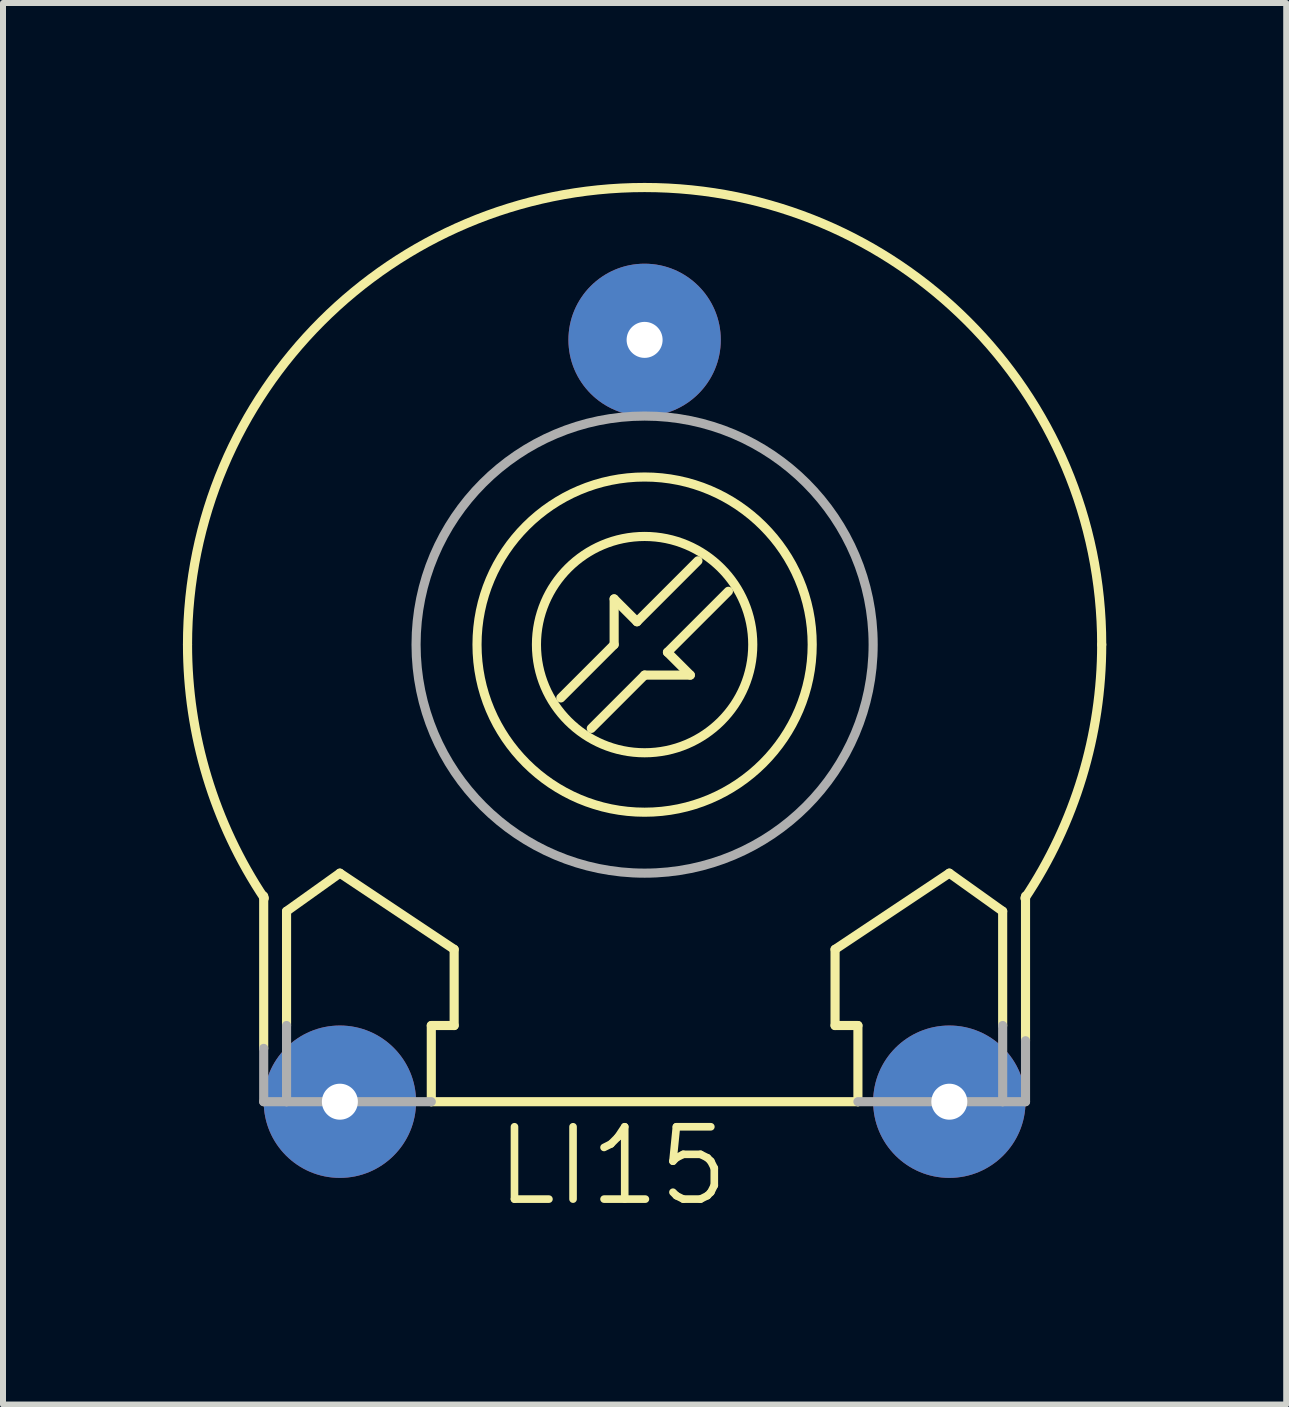
<source format=kicad_pcb>
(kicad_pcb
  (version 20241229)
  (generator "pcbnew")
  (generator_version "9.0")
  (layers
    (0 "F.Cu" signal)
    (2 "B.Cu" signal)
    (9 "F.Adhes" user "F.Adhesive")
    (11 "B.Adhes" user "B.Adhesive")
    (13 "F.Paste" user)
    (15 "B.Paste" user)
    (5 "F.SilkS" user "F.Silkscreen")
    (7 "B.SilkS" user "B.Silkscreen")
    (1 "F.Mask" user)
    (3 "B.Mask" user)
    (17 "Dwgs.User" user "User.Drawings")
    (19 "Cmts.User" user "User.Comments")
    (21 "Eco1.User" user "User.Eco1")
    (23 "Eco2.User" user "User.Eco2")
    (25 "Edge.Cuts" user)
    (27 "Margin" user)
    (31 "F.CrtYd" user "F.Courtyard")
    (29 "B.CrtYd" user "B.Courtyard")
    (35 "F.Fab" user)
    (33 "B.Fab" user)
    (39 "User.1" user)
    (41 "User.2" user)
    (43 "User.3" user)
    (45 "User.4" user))
  (footprint "LI15"
    (layer "F.Cu")
    (at 7.696 7.696)
    (property "Reference" "LI15" (at -2.54 9.398 0) (layer "F.SilkS") (effects (font (size 1.206 1.206) (thickness 0.127)) (justify left bottom)))
    (attr through_hole)
    (fp_line (start -6.35 6.731) (end -6.35 4.191) (stroke (width 0.152) (type solid)) (layer "F.SilkS"))
    (fp_line (start -5.969 4.445) (end -5.969 6.35) (stroke (width 0.152) (type solid)) (layer "F.SilkS"))
    (fp_line (start -5.969 4.445) (end -5.08 3.81) (stroke (width 0.152) (type solid)) (layer "F.SilkS"))
    (fp_line (start -5.08 3.81) (end -3.175 5.08) (stroke (width 0.152) (type solid)) (layer "F.SilkS"))
    (fp_line (start -3.556 6.35) (end -3.556 7.62) (stroke (width 0.152) (type solid)) (layer "F.SilkS"))
    (fp_line (start -3.556 7.62) (end 3.556 7.62) (stroke (width 0.152) (type solid)) (layer "F.SilkS"))
    (fp_line (start -3.175 5.08) (end -3.175 6.35) (stroke (width 0.152) (type solid)) (layer "F.SilkS"))
    (fp_line (start -3.175 6.35) (end -3.556 6.35) (stroke (width 0.152) (type solid)) (layer "F.SilkS"))
    (fp_line (start -0.508 -0.762) (end -0.508 0) (stroke (width 0.152) (type solid)) (layer "F.SilkS"))
    (fp_line (start -0.508 0) (end -1.397 0.889) (stroke (width 0.152) (type solid)) (layer "F.SilkS"))
    (fp_line (start -0.127 -0.381) (end -0.508 -0.762) (stroke (width 0.152) (type solid)) (layer "F.SilkS"))
    (fp_line (start 0 0.508) (end -0.889 1.397) (stroke (width 0.152) (type solid)) (layer "F.SilkS"))
    (fp_line (start 0.381 0.127) (end 0.762 0.508) (stroke (width 0.152) (type solid)) (layer "F.SilkS"))
    (fp_line (start 0.762 0.508) (end 0 0.508) (stroke (width 0.152) (type solid)) (layer "F.SilkS"))
    (fp_line (start 0.889 -1.397) (end -0.127 -0.381) (stroke (width 0.152) (type solid)) (layer "F.SilkS"))
    (fp_line (start 1.397 -0.889) (end 0.381 0.127) (stroke (width 0.152) (type solid)) (layer "F.SilkS"))
    (fp_line (start 3.175 5.08) (end 5.08 3.81) (stroke (width 0.152) (type solid)) (layer "F.SilkS"))
    (fp_line (start 3.175 6.35) (end 3.175 5.08) (stroke (width 0.152) (type solid)) (layer "F.SilkS"))
    (fp_line (start 3.556 6.35) (end 3.175 6.35) (stroke (width 0.152) (type solid)) (layer "F.SilkS"))
    (fp_line (start 3.556 7.62) (end 3.556 6.35) (stroke (width 0.152) (type solid)) (layer "F.SilkS"))
    (fp_line (start 5.08 3.81) (end 5.969 4.445) (stroke (width 0.152) (type solid)) (layer "F.SilkS"))
    (fp_line (start 5.969 4.445) (end 5.969 6.35) (stroke (width 0.152) (type solid)) (layer "F.SilkS"))
    (fp_line (start 6.35 6.604) (end 6.35 4.191) (stroke (width 0.152) (type solid)) (layer "F.SilkS"))
    (fp_arc (start -7.62 0) (mid 0 -7.62) (end 7.62 0) (stroke (width 0.1524) (type solid)) (layer "F.SilkS"))
    (fp_arc (start -6.3402 4.2268) (mid -7.293028 2.208149) (end -7.62 0) (stroke (width 0.1524) (type solid)) (layer "F.SilkS"))
    (fp_arc (start 7.62 0) (mid 7.293028 2.208149) (end 6.3402 4.2268) (stroke (width 0.1524) (type solid)) (layer "F.SilkS"))
    (fp_circle (center 0 0) (end 1.803 0) (stroke (width 0.152) (type solid)) (fill no) (layer "F.SilkS"))
    (fp_circle (center 0 0) (end 2.794 0) (stroke (width 0.152) (type solid)) (fill no) (layer "F.SilkS"))
    (fp_line (start -6.35 7.62) (end -6.35 6.731) (stroke (width 0.152) (type solid)) (layer "F.Fab"))
    (fp_line (start -6.35 7.62) (end -5.969 7.62) (stroke (width 0.152) (type solid)) (layer "F.Fab"))
    (fp_line (start -5.969 6.35) (end -5.969 7.62) (stroke (width 0.152) (type solid)) (layer "F.Fab"))
    (fp_line (start -5.969 7.62) (end -3.556 7.62) (stroke (width 0.152) (type solid)) (layer "F.Fab"))
    (fp_line (start 5.969 6.35) (end 5.969 7.62) (stroke (width 0.152) (type solid)) (layer "F.Fab"))
    (fp_line (start 5.969 7.62) (end 3.556 7.62) (stroke (width 0.152) (type solid)) (layer "F.Fab"))
    (fp_line (start 6.35 6.604) (end 6.35 7.62) (stroke (width 0.152) (type solid)) (layer "F.Fab"))
    (fp_line (start 6.35 7.62) (end 5.969 7.62) (stroke (width 0.152) (type solid)) (layer "F.Fab"))
    (fp_circle (center 0 0) (end 3.81 0) (stroke (width 0.152) (type solid)) (fill no) (layer "F.Fab"))
    (pad "A" thru_hole circle (at -5.08 7.62) (size 2.54 2.54) (drill 0.6) (layers "*.Cu" "*.Mask"))
    (pad "E" thru_hole circle (at 5.08 7.62) (size 2.54 2.54) (drill 0.6) (layers "*.Cu" "*.Mask"))
    (pad "S" thru_hole circle (at 0 -5.08) (size 2.54 2.54) (drill 0.6) (layers "*.Cu" "*.Mask")))
  (gr_rect
    (start -3 -3)
    (end 18.392 20.364)
    (stroke (width 0.1) (type default))
    (fill no)
    (layer "Edge.Cuts")))
</source>
